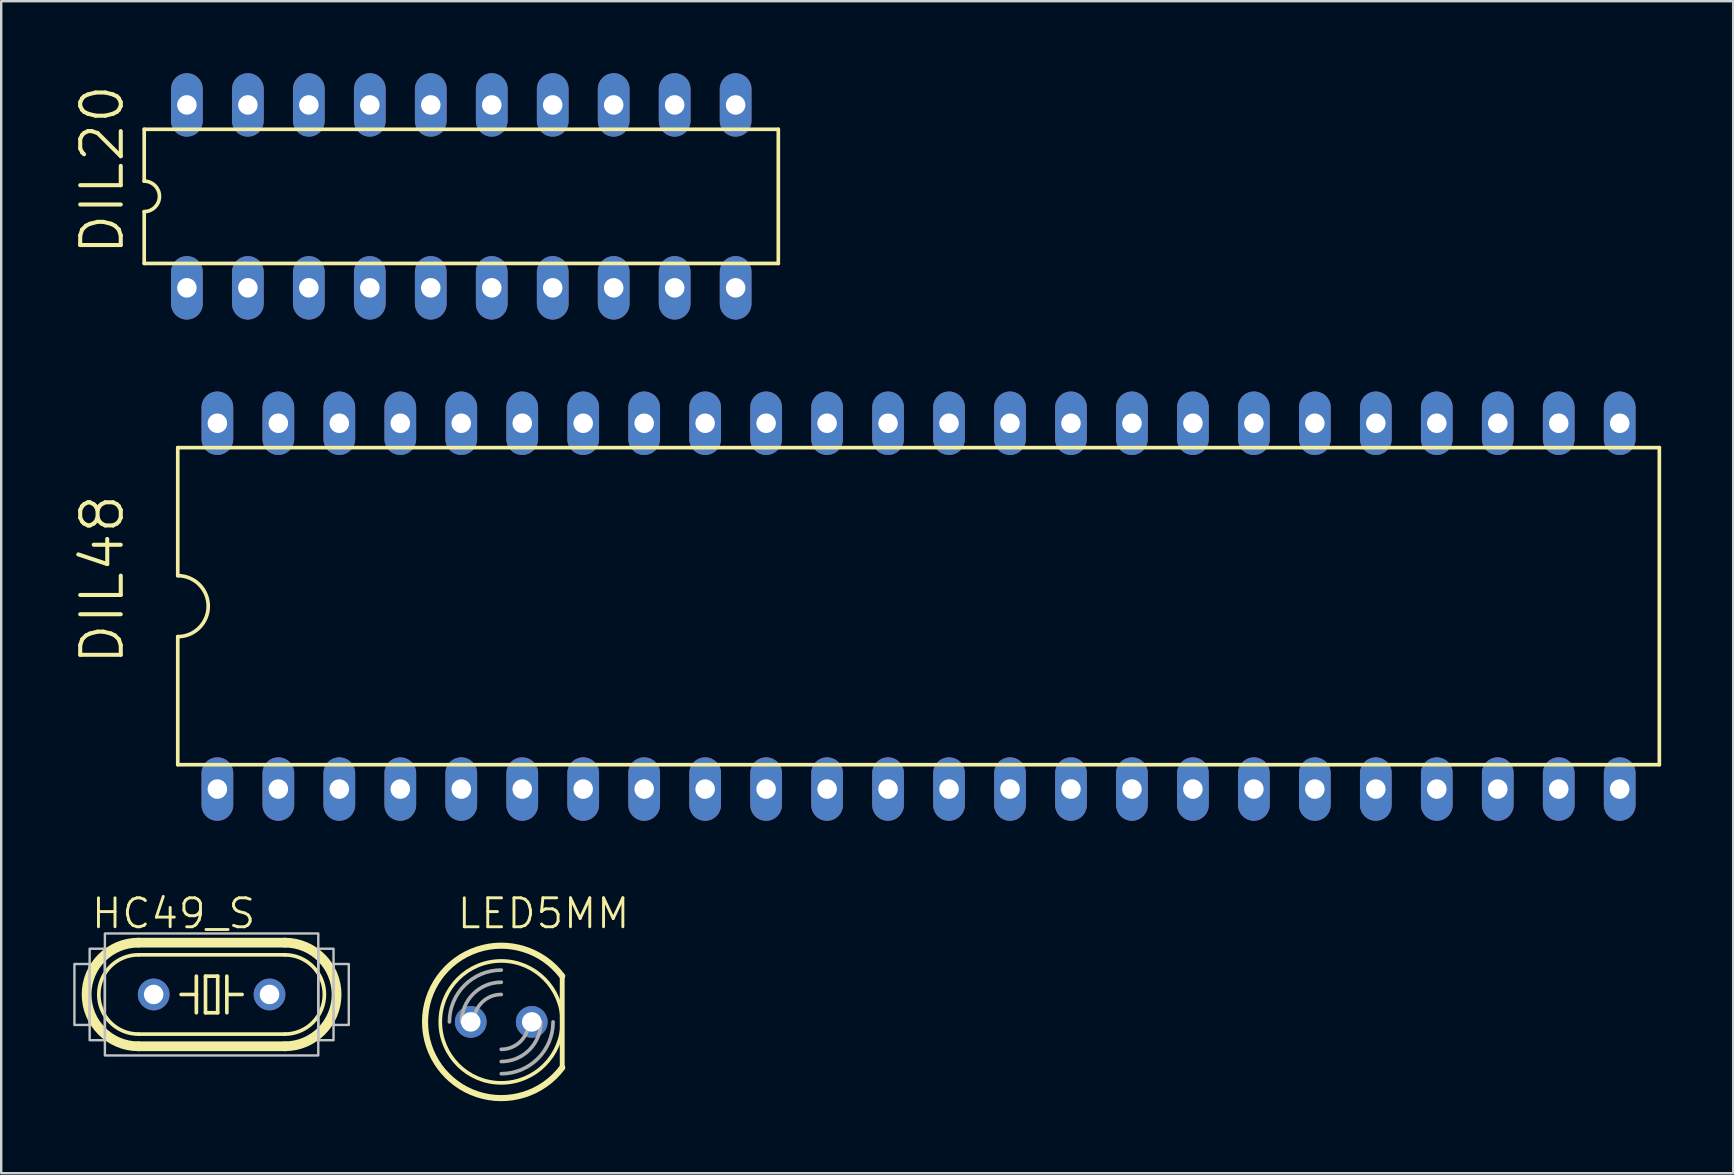
<source format=kicad_pcb>
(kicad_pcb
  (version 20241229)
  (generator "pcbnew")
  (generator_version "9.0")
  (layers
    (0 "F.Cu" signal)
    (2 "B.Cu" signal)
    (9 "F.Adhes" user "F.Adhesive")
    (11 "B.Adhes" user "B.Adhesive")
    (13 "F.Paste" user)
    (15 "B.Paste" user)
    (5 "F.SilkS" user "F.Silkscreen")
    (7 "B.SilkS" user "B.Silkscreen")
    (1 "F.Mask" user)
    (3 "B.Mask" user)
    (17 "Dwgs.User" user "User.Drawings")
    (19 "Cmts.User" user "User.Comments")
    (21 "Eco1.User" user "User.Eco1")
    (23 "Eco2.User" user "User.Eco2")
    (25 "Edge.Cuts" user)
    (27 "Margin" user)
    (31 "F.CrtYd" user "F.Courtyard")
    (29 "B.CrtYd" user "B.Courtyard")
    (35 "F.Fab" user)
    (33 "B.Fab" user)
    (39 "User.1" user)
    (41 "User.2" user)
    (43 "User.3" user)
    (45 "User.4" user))
  (footprint "HC49_S"
    (layer "F.Cu")
    (at 5.765 38.379)
    (property "Reference" "HC49_S" (at -5.08 -2.667 0) (layer "F.SilkS") (effects (font (size 1.206 1.206) (thickness 0.121)) (justify left bottom)))
    (attr through_hole)
    (fp_line (start -3.048 -2.159) (end 3.048 -2.159) (stroke (width 0.406) (type solid)) (layer "F.SilkS"))
    (fp_line (start -3.048 1.651) (end 3.048 1.651) (stroke (width 0.152) (type solid)) (layer "F.SilkS"))
    (fp_line (start -3.048 2.159) (end 3.048 2.159) (stroke (width 0.406) (type solid)) (layer "F.SilkS"))
    (fp_line (start -0.635 -0.762) (end -0.635 0) (stroke (width 0.152) (type solid)) (layer "F.SilkS"))
    (fp_line (start -0.635 0) (end -1.27 0) (stroke (width 0.152) (type solid)) (layer "F.SilkS"))
    (fp_line (start -0.635 0) (end -0.635 0.762) (stroke (width 0.152) (type solid)) (layer "F.SilkS"))
    (fp_line (start -0.254 -0.762) (end 0.254 -0.762) (stroke (width 0.152) (type solid)) (layer "F.SilkS"))
    (fp_line (start -0.254 0.762) (end -0.254 -0.762) (stroke (width 0.152) (type solid)) (layer "F.SilkS"))
    (fp_line (start 0.254 -0.762) (end 0.254 0.762) (stroke (width 0.152) (type solid)) (layer "F.SilkS"))
    (fp_line (start 0.254 0.762) (end -0.254 0.762) (stroke (width 0.152) (type solid)) (layer "F.SilkS"))
    (fp_line (start 0.635 -0.762) (end 0.635 0) (stroke (width 0.152) (type solid)) (layer "F.SilkS"))
    (fp_line (start 0.635 0) (end 0.635 0.762) (stroke (width 0.152) (type solid)) (layer "F.SilkS"))
    (fp_line (start 0.635 0) (end 1.27 0) (stroke (width 0.152) (type solid)) (layer "F.SilkS"))
    (fp_line (start 3.048 -1.651) (end -3.048 -1.651) (stroke (width 0.152) (type solid)) (layer "F.SilkS"))
    (fp_arc (start -3.048 1.651) (mid -4.699 0) (end -3.048 -1.651) (stroke (width 0.1524) (type solid)) (layer "F.SilkS"))
    (fp_arc (start -3.048 2.159) (mid -5.207 0) (end -3.048 -2.159) (stroke (width 0.4064) (type solid)) (layer "F.SilkS"))
    (fp_arc (start 3.048 -2.159) (mid 5.207 0) (end 3.048 2.159) (stroke (width 0.4064) (type solid)) (layer "F.SilkS"))
    (fp_arc (start 3.048 -1.651) (mid 4.699 0) (end 3.048 1.651) (stroke (width 0.1524) (type solid)) (layer "F.SilkS"))
    (fp_poly (pts (xy -5.715 1.27) (xy -5.08 1.27) (xy -5.08 -1.27) (xy -5.715 -1.27)) (stroke (width 0.1) (type solid)) (fill no) (layer "Dwgs.User"))
    (fp_poly (pts (xy -5.08 1.905) (xy -4.445 1.905) (xy -4.445 -1.905) (xy -5.08 -1.905)) (stroke (width 0.1) (type solid)) (fill no) (layer "Dwgs.User"))
    (fp_poly (pts (xy -4.445 2.54) (xy 4.445 2.54) (xy 4.445 -2.54) (xy -4.445 -2.54)) (stroke (width 0.1) (type solid)) (fill no) (layer "Dwgs.User"))
    (fp_poly (pts (xy 4.445 1.905) (xy 5.08 1.905) (xy 5.08 -1.905) (xy 4.445 -1.905)) (stroke (width 0.1) (type solid)) (fill no) (layer "Dwgs.User"))
    (fp_poly (pts (xy 5.08 1.27) (xy 5.715 1.27) (xy 5.715 -1.27) (xy 5.08 -1.27)) (stroke (width 0.1) (type solid)) (fill no) (layer "Dwgs.User"))
    (pad "1" thru_hole circle (at -2.413 0) (size 1.321 1.321) (drill 0.813) (layers "*.Cu" "*.Mask"))
    (pad "2" thru_hole circle (at 2.413 0) (size 1.321 1.321) (drill 0.813) (layers "*.Cu" "*.Mask")))
  (footprint "DIL48"
    (layer "F.Cu")
    (at 35.216 22.202)
    (property "Reference" "DIL48" (at -33.02 2.54 90) (layer "F.SilkS") (effects (font (size 1.689 1.689) (thickness 0.169)) (justify left bottom)))
    (attr through_hole)
    (fp_line (start -30.861 -6.604) (end 30.861 -6.604) (stroke (width 0.152) (type solid)) (layer "F.SilkS"))
    (fp_line (start -30.861 -1.27) (end -30.861 -6.604) (stroke (width 0.152) (type solid)) (layer "F.SilkS"))
    (fp_line (start -30.861 1.27) (end -30.861 6.604) (stroke (width 0.152) (type solid)) (layer "F.SilkS"))
    (fp_line (start -30.861 6.604) (end 30.861 6.604) (stroke (width 0.152) (type solid)) (layer "F.SilkS"))
    (fp_line (start 30.861 6.604) (end 30.861 -6.604) (stroke (width 0.152) (type solid)) (layer "F.SilkS"))
    (fp_arc (start -30.861 -1.27) (mid -29.591 0) (end -30.861 1.27) (stroke (width 0.1524) (type solid)) (layer "F.SilkS"))
    (pad "1" thru_hole oval (at -29.21 7.62 90) (size 2.642 1.321) (drill 0.813) (layers "*.Cu" "*.Mask"))
    (pad "2" thru_hole oval (at -26.67 7.62 90) (size 2.642 1.321) (drill 0.813) (layers "*.Cu" "*.Mask"))
    (pad "3" thru_hole oval (at -24.13 7.62 90) (size 2.642 1.321) (drill 0.813) (layers "*.Cu" "*.Mask"))
    (pad "4" thru_hole oval (at -21.59 7.62 90) (size 2.642 1.321) (drill 0.813) (layers "*.Cu" "*.Mask"))
    (pad "5" thru_hole oval (at -19.05 7.62 90) (size 2.642 1.321) (drill 0.813) (layers "*.Cu" "*.Mask"))
    (pad "6" thru_hole oval (at -16.51 7.62 90) (size 2.642 1.321) (drill 0.813) (layers "*.Cu" "*.Mask"))
    (pad "7" thru_hole oval (at -13.97 7.62 90) (size 2.642 1.321) (drill 0.813) (layers "*.Cu" "*.Mask"))
    (pad "8" thru_hole oval (at -11.43 7.62 90) (size 2.642 1.321) (drill 0.813) (layers "*.Cu" "*.Mask"))
    (pad "9" thru_hole oval (at -8.89 7.62 90) (size 2.642 1.321) (drill 0.813) (layers "*.Cu" "*.Mask"))
    (pad "10" thru_hole oval (at -6.35 7.62 90) (size 2.642 1.321) (drill 0.813) (layers "*.Cu" "*.Mask"))
    (pad "11" thru_hole oval (at -3.81 7.62 90) (size 2.642 1.321) (drill 0.813) (layers "*.Cu" "*.Mask"))
    (pad "12" thru_hole oval (at -1.27 7.62 90) (size 2.642 1.321) (drill 0.813) (layers "*.Cu" "*.Mask"))
    (pad "13" thru_hole oval (at 1.27 7.62 90) (size 2.642 1.321) (drill 0.813) (layers "*.Cu" "*.Mask"))
    (pad "14" thru_hole oval (at 3.81 7.62 90) (size 2.642 1.321) (drill 0.813) (layers "*.Cu" "*.Mask"))
    (pad "15" thru_hole oval (at 6.35 7.62 90) (size 2.642 1.321) (drill 0.813) (layers "*.Cu" "*.Mask"))
    (pad "16" thru_hole oval (at 8.89 7.62 90) (size 2.642 1.321) (drill 0.813) (layers "*.Cu" "*.Mask"))
    (pad "17" thru_hole oval (at 11.43 7.62 90) (size 2.642 1.321) (drill 0.813) (layers "*.Cu" "*.Mask"))
    (pad "18" thru_hole oval (at 13.97 7.62 90) (size 2.642 1.321) (drill 0.813) (layers "*.Cu" "*.Mask"))
    (pad "19" thru_hole oval (at 16.51 7.62 90) (size 2.642 1.321) (drill 0.813) (layers "*.Cu" "*.Mask"))
    (pad "20" thru_hole oval (at 19.05 7.62 90) (size 2.642 1.321) (drill 0.813) (layers "*.Cu" "*.Mask"))
    (pad "21" thru_hole oval (at 21.59 7.62 90) (size 2.642 1.321) (drill 0.813) (layers "*.Cu" "*.Mask"))
    (pad "22" thru_hole oval (at 24.13 7.62 90) (size 2.642 1.321) (drill 0.813) (layers "*.Cu" "*.Mask"))
    (pad "23" thru_hole oval (at 26.67 7.62 90) (size 2.642 1.321) (drill 0.813) (layers "*.Cu" "*.Mask"))
    (pad "24" thru_hole oval (at 29.21 7.62 90) (size 2.642 1.321) (drill 0.813) (layers "*.Cu" "*.Mask"))
    (pad "25" thru_hole oval (at 29.21 -7.62 90) (size 2.642 1.321) (drill 0.813) (layers "*.Cu" "*.Mask"))
    (pad "26" thru_hole oval (at 26.67 -7.62 90) (size 2.642 1.321) (drill 0.813) (layers "*.Cu" "*.Mask"))
    (pad "27" thru_hole oval (at 24.13 -7.62 90) (size 2.642 1.321) (drill 0.813) (layers "*.Cu" "*.Mask"))
    (pad "28" thru_hole oval (at 21.59 -7.62 90) (size 2.642 1.321) (drill 0.813) (layers "*.Cu" "*.Mask"))
    (pad "29" thru_hole oval (at 19.05 -7.62 90) (size 2.642 1.321) (drill 0.813) (layers "*.Cu" "*.Mask"))
    (pad "30" thru_hole oval (at 16.51 -7.62 90) (size 2.642 1.321) (drill 0.813) (layers "*.Cu" "*.Mask"))
    (pad "31" thru_hole oval (at 13.97 -7.62 90) (size 2.642 1.321) (drill 0.813) (layers "*.Cu" "*.Mask"))
    (pad "32" thru_hole oval (at 11.43 -7.62 90) (size 2.642 1.321) (drill 0.813) (layers "*.Cu" "*.Mask"))
    (pad "33" thru_hole oval (at 8.89 -7.62 90) (size 2.642 1.321) (drill 0.813) (layers "*.Cu" "*.Mask"))
    (pad "34" thru_hole oval (at 6.35 -7.62 90) (size 2.642 1.321) (drill 0.813) (layers "*.Cu" "*.Mask"))
    (pad "35" thru_hole oval (at 3.81 -7.62 90) (size 2.642 1.321) (drill 0.813) (layers "*.Cu" "*.Mask"))
    (pad "36" thru_hole oval (at 1.27 -7.62 90) (size 2.642 1.321) (drill 0.813) (layers "*.Cu" "*.Mask"))
    (pad "37" thru_hole oval (at -1.27 -7.62 90) (size 2.642 1.321) (drill 0.813) (layers "*.Cu" "*.Mask"))
    (pad "38" thru_hole oval (at -3.81 -7.62 90) (size 2.642 1.321) (drill 0.813) (layers "*.Cu" "*.Mask"))
    (pad "39" thru_hole oval (at -6.35 -7.62 90) (size 2.642 1.321) (drill 0.813) (layers "*.Cu" "*.Mask"))
    (pad "40" thru_hole oval (at -8.89 -7.62 90) (size 2.642 1.321) (drill 0.813) (layers "*.Cu" "*.Mask"))
    (pad "41" thru_hole oval (at -11.43 -7.62 90) (size 2.642 1.321) (drill 0.813) (layers "*.Cu" "*.Mask"))
    (pad "42" thru_hole oval (at -13.97 -7.62 90) (size 2.642 1.321) (drill 0.813) (layers "*.Cu" "*.Mask"))
    (pad "43" thru_hole oval (at -16.51 -7.62 90) (size 2.642 1.321) (drill 0.813) (layers "*.Cu" "*.Mask"))
    (pad "44" thru_hole oval (at -19.05 -7.62 90) (size 2.642 1.321) (drill 0.813) (layers "*.Cu" "*.Mask"))
    (pad "45" thru_hole oval (at -21.59 -7.62 90) (size 2.642 1.321) (drill 0.813) (layers "*.Cu" "*.Mask"))
    (pad "46" thru_hole oval (at -24.13 -7.62 90) (size 2.642 1.321) (drill 0.813) (layers "*.Cu" "*.Mask"))
    (pad "47" thru_hole oval (at -26.67 -7.62 90) (size 2.642 1.321) (drill 0.813) (layers "*.Cu" "*.Mask"))
    (pad "48" thru_hole oval (at -29.21 -7.62 90) (size 2.642 1.321) (drill 0.813) (layers "*.Cu" "*.Mask")))
  (footprint "LED5MM"
    (layer "F.Cu")
    (at 17.832 39.522)
    (property "Reference" "LED5MM" (at -1.905 -3.81 180) (layer "F.SilkS") (effects (font (size 1.206 1.206) (thickness 0.121)) (justify left bottom)))
    (attr through_hole)
    (fp_line (start 2.54 1.905) (end 2.54 -1.905) (stroke (width 0.203) (type solid)) (layer "F.SilkS"))
    (fp_arc (start 2.54 1.905) (mid -3.175 0) (end 2.54 -1.905) (stroke (width 0.254) (type solid)) (layer "F.SilkS"))
    (fp_circle (center 0 0) (end 2.54 0) (stroke (width 0.152) (type solid)) (fill no) (layer "F.SilkS"))
    (fp_arc (start -2.159 0) (mid -1.526644 -1.526644) (end 0 -2.159) (stroke (width 0.1524) (type solid)) (layer "F.Fab"))
    (fp_arc (start -1.651 0) (mid -1.167433 -1.167433) (end 0 -1.651) (stroke (width 0.1524) (type solid)) (layer "F.Fab"))
    (fp_arc (start -1.143 0) (mid -0.808223 -0.808223) (end 0 -1.143) (stroke (width 0.1524) (type solid)) (layer "F.Fab"))
    (fp_arc (start 1.143 0) (mid 0.808223 0.808223) (end 0 1.143) (stroke (width 0.1524) (type solid)) (layer "F.Fab"))
    (fp_arc (start 1.651 0) (mid 1.167433 1.167433) (end 0 1.651) (stroke (width 0.1524) (type solid)) (layer "F.Fab"))
    (fp_arc (start 2.159 0) (mid 1.526644 1.526644) (end 0 2.159) (stroke (width 0.1524) (type solid)) (layer "F.Fab"))
    (pad "A" thru_hole circle (at -1.27 0) (size 1.321 1.321) (drill 0.813) (layers "*.Cu" "*.Mask"))
    (pad "K" thru_hole circle (at 1.27 0) (size 1.321 1.321) (drill 0.813) (layers "*.Cu" "*.Mask")))
  (footprint "DIL20"
    (layer "F.Cu")
    (at 16.166 5.131)
    (property "Reference" "DIL20" (at -13.97 2.54 90) (layer "F.SilkS") (effects (font (size 1.689 1.689) (thickness 0.169)) (justify left bottom)))
    (attr through_hole)
    (fp_line (start -13.208 -2.794) (end -13.208 -0.635) (stroke (width 0.152) (type solid)) (layer "F.SilkS"))
    (fp_line (start -13.208 -2.794) (end 13.208 -2.794) (stroke (width 0.152) (type solid)) (layer "F.SilkS"))
    (fp_line (start -13.208 0.635) (end -13.208 2.794) (stroke (width 0.152) (type solid)) (layer "F.SilkS"))
    (fp_line (start 13.208 2.794) (end -13.208 2.794) (stroke (width 0.152) (type solid)) (layer "F.SilkS"))
    (fp_line (start 13.208 2.794) (end 13.208 -2.794) (stroke (width 0.152) (type solid)) (layer "F.SilkS"))
    (fp_arc (start -13.208 -0.635) (mid -12.573 0) (end -13.208 0.635) (stroke (width 0.1524) (type solid)) (layer "F.SilkS"))
    (pad "1" thru_hole oval (at -11.43 3.81 90) (size 2.642 1.321) (drill 0.813) (layers "*.Cu" "*.Mask"))
    (pad "2" thru_hole oval (at -8.89 3.81 90) (size 2.642 1.321) (drill 0.813) (layers "*.Cu" "*.Mask"))
    (pad "3" thru_hole oval (at -6.35 3.81 90) (size 2.642 1.321) (drill 0.813) (layers "*.Cu" "*.Mask"))
    (pad "4" thru_hole oval (at -3.81 3.81 90) (size 2.642 1.321) (drill 0.813) (layers "*.Cu" "*.Mask"))
    (pad "5" thru_hole oval (at -1.27 3.81 90) (size 2.642 1.321) (drill 0.813) (layers "*.Cu" "*.Mask"))
    (pad "6" thru_hole oval (at 1.27 3.81 90) (size 2.642 1.321) (drill 0.813) (layers "*.Cu" "*.Mask"))
    (pad "7" thru_hole oval (at 3.81 3.81 90) (size 2.642 1.321) (drill 0.813) (layers "*.Cu" "*.Mask"))
    (pad "8" thru_hole oval (at 6.35 3.81 90) (size 2.642 1.321) (drill 0.813) (layers "*.Cu" "*.Mask"))
    (pad "9" thru_hole oval (at 8.89 3.81 90) (size 2.642 1.321) (drill 0.813) (layers "*.Cu" "*.Mask"))
    (pad "10" thru_hole oval (at 11.43 3.81 90) (size 2.642 1.321) (drill 0.813) (layers "*.Cu" "*.Mask"))
    (pad "11" thru_hole oval (at 11.43 -3.81 90) (size 2.642 1.321) (drill 0.813) (layers "*.Cu" "*.Mask"))
    (pad "12" thru_hole oval (at 8.89 -3.81 90) (size 2.642 1.321) (drill 0.813) (layers "*.Cu" "*.Mask"))
    (pad "13" thru_hole oval (at 6.35 -3.81 90) (size 2.642 1.321) (drill 0.813) (layers "*.Cu" "*.Mask"))
    (pad "14" thru_hole oval (at 3.81 -3.81 90) (size 2.642 1.321) (drill 0.813) (layers "*.Cu" "*.Mask"))
    (pad "15" thru_hole oval (at 1.27 -3.81 90) (size 2.642 1.321) (drill 0.813) (layers "*.Cu" "*.Mask"))
    (pad "16" thru_hole oval (at -1.27 -3.81 90) (size 2.642 1.321) (drill 0.813) (layers "*.Cu" "*.Mask"))
    (pad "17" thru_hole oval (at -3.81 -3.81 90) (size 2.642 1.321) (drill 0.813) (layers "*.Cu" "*.Mask"))
    (pad "18" thru_hole oval (at -6.35 -3.81 90) (size 2.642 1.321) (drill 0.813) (layers "*.Cu" "*.Mask"))
    (pad "19" thru_hole oval (at -8.89 -3.81 90) (size 2.642 1.321) (drill 0.813) (layers "*.Cu" "*.Mask"))
    (pad "20" thru_hole oval (at -11.43 -3.81 90) (size 2.642 1.321) (drill 0.813) (layers "*.Cu" "*.Mask")))
  (gr_rect
    (start -3 -3)
    (end 69.153 45.824)
    (stroke (width 0.1) (type default))
    (fill no)
    (layer "Edge.Cuts")))
</source>
